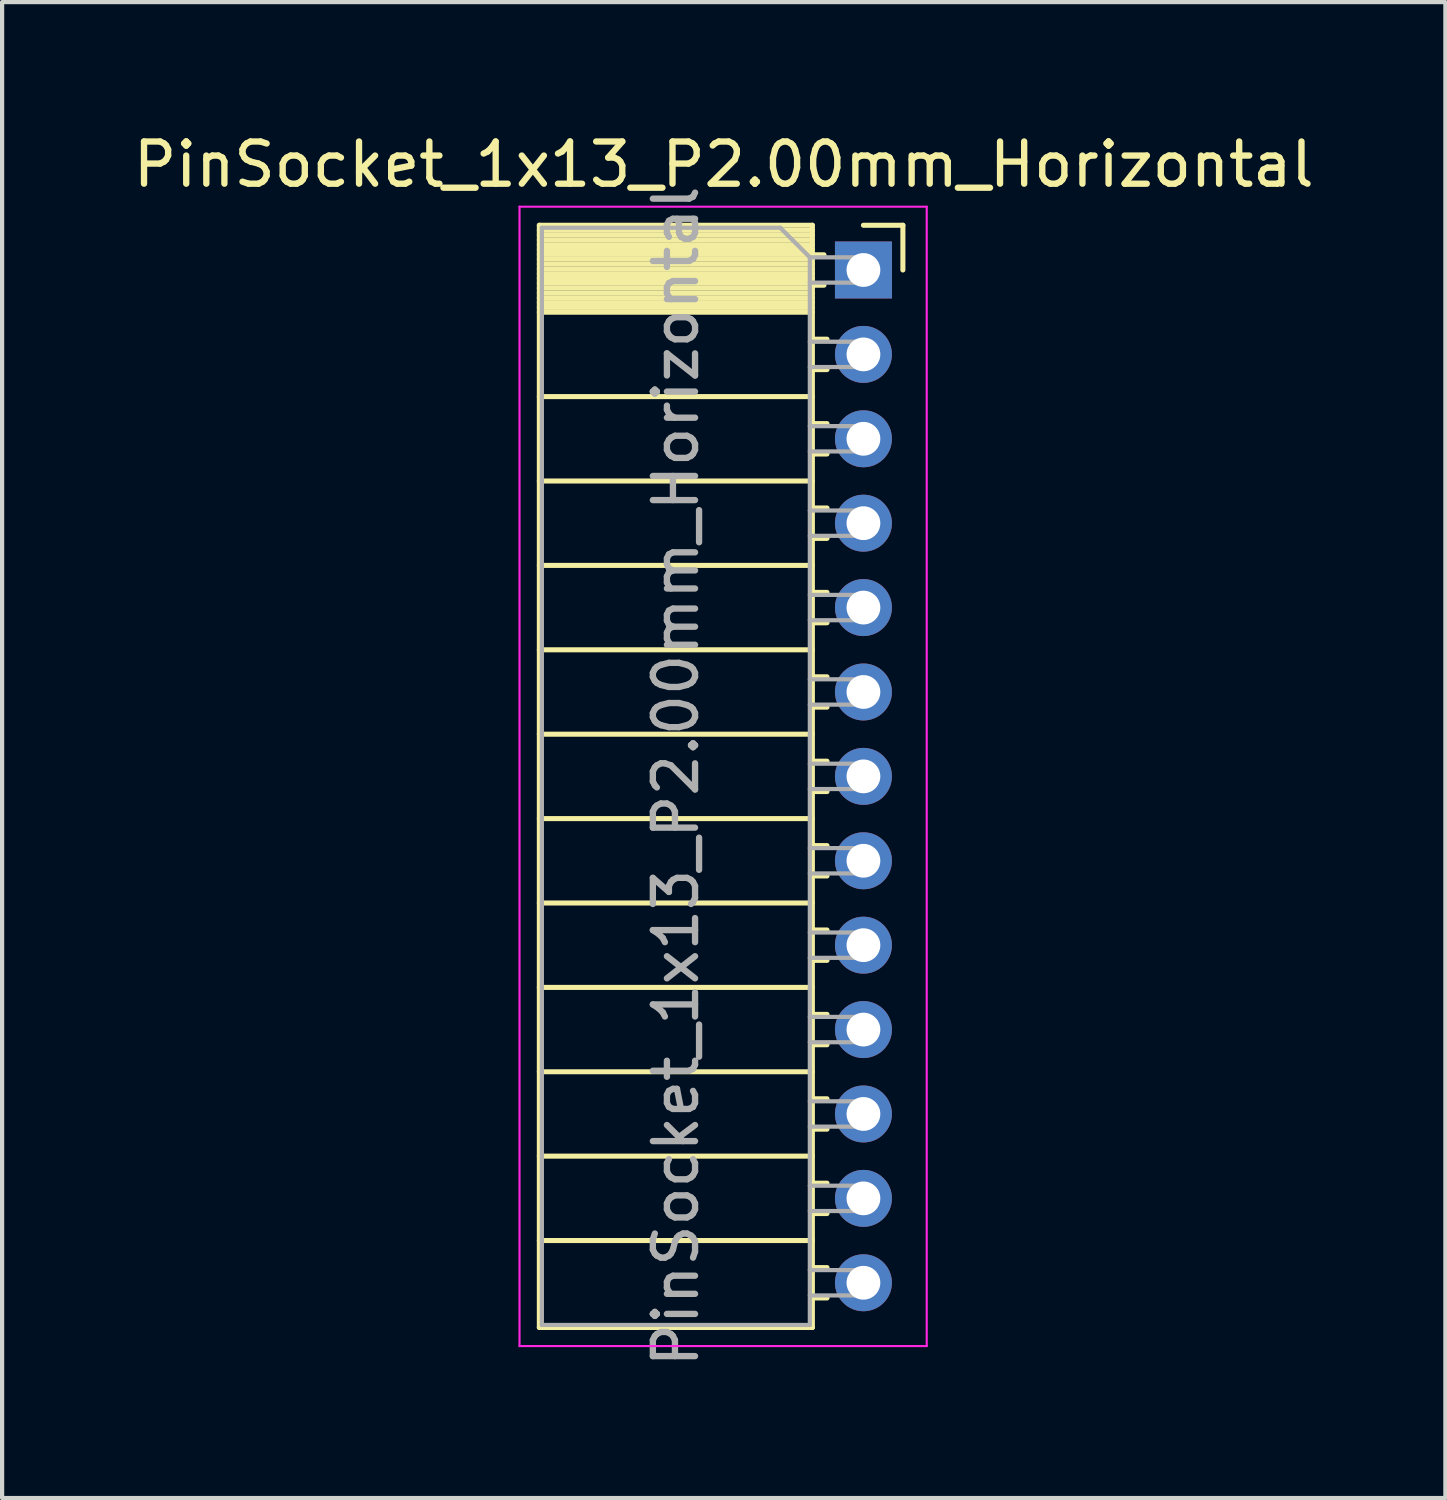
<source format=kicad_pcb>
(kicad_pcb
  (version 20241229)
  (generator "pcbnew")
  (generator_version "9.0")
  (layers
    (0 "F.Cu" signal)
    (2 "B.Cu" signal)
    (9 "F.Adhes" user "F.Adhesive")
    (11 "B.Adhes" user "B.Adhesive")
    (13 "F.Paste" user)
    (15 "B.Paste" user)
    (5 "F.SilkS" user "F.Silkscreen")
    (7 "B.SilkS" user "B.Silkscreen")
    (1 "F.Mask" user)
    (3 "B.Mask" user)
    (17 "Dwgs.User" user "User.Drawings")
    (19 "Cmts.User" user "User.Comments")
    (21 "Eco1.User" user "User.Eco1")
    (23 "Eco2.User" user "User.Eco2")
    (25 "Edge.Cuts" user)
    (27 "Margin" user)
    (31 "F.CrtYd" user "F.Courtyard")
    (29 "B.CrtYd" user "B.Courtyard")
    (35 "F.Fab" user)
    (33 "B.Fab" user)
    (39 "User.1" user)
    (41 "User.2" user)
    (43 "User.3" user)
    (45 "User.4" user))
  (footprint "PinSocket_1x13_P2.00mm_Horizontal"
    (layer "F.Cu")
    (at 17.411 3.348)
    (property "Reference" "PinSocket_1x13_P2.00mm_Horizontal" (at -3.31 -2.5 0) (layer "F.SilkS") (effects (font (size 1 1) (thickness 0.15))))
    (attr through_hole)
    (fp_line (start -7.68 -1.06) (end -7.68 25.06) (stroke (width 0.12) (type solid)) (layer "F.SilkS"))
    (fp_line (start -7.68 -1.06) (end -1.21 -1.06) (stroke (width 0.12) (type solid)) (layer "F.SilkS"))
    (fp_line (start -7.68 -0.94) (end -1.21 -0.94) (stroke (width 0.12) (type solid)) (layer "F.SilkS"))
    (fp_line (start -7.68 -0.826) (end -1.21 -0.826) (stroke (width 0.12) (type solid)) (layer "F.SilkS"))
    (fp_line (start -7.68 -0.712) (end -1.21 -0.712) (stroke (width 0.12) (type solid)) (layer "F.SilkS"))
    (fp_line (start -7.68 -0.598) (end -1.21 -0.598) (stroke (width 0.12) (type solid)) (layer "F.SilkS"))
    (fp_line (start -7.68 -0.484) (end -1.21 -0.484) (stroke (width 0.12) (type solid)) (layer "F.SilkS"))
    (fp_line (start -7.68 -0.369) (end -1.21 -0.369) (stroke (width 0.12) (type solid)) (layer "F.SilkS"))
    (fp_line (start -7.68 -0.255) (end -1.21 -0.255) (stroke (width 0.12) (type solid)) (layer "F.SilkS"))
    (fp_line (start -7.68 -0.141) (end -1.21 -0.141) (stroke (width 0.12) (type solid)) (layer "F.SilkS"))
    (fp_line (start -7.68 -0.027) (end -1.21 -0.027) (stroke (width 0.12) (type solid)) (layer "F.SilkS"))
    (fp_line (start -7.68 0.087) (end -1.21 0.087) (stroke (width 0.12) (type solid)) (layer "F.SilkS"))
    (fp_line (start -7.68 0.201) (end -1.21 0.201) (stroke (width 0.12) (type solid)) (layer "F.SilkS"))
    (fp_line (start -7.68 0.315) (end -1.21 0.315) (stroke (width 0.12) (type solid)) (layer "F.SilkS"))
    (fp_line (start -7.68 0.429) (end -1.21 0.429) (stroke (width 0.12) (type solid)) (layer "F.SilkS"))
    (fp_line (start -7.68 0.544) (end -1.21 0.544) (stroke (width 0.12) (type solid)) (layer "F.SilkS"))
    (fp_line (start -7.68 0.658) (end -1.21 0.658) (stroke (width 0.12) (type solid)) (layer "F.SilkS"))
    (fp_line (start -7.68 0.772) (end -1.21 0.772) (stroke (width 0.12) (type solid)) (layer "F.SilkS"))
    (fp_line (start -7.68 0.886) (end -1.21 0.886) (stroke (width 0.12) (type solid)) (layer "F.SilkS"))
    (fp_line (start -7.68 1) (end -1.21 1) (stroke (width 0.12) (type solid)) (layer "F.SilkS"))
    (fp_line (start -7.68 3) (end -1.21 3) (stroke (width 0.12) (type solid)) (layer "F.SilkS"))
    (fp_line (start -7.68 5) (end -1.21 5) (stroke (width 0.12) (type solid)) (layer "F.SilkS"))
    (fp_line (start -7.68 7) (end -1.21 7) (stroke (width 0.12) (type solid)) (layer "F.SilkS"))
    (fp_line (start -7.68 9) (end -1.21 9) (stroke (width 0.12) (type solid)) (layer "F.SilkS"))
    (fp_line (start -7.68 11) (end -1.21 11) (stroke (width 0.12) (type solid)) (layer "F.SilkS"))
    (fp_line (start -7.68 13) (end -1.21 13) (stroke (width 0.12) (type solid)) (layer "F.SilkS"))
    (fp_line (start -7.68 15) (end -1.21 15) (stroke (width 0.12) (type solid)) (layer "F.SilkS"))
    (fp_line (start -7.68 17) (end -1.21 17) (stroke (width 0.12) (type solid)) (layer "F.SilkS"))
    (fp_line (start -7.68 19) (end -1.21 19) (stroke (width 0.12) (type solid)) (layer "F.SilkS"))
    (fp_line (start -7.68 21) (end -1.21 21) (stroke (width 0.12) (type solid)) (layer "F.SilkS"))
    (fp_line (start -7.68 23) (end -1.21 23) (stroke (width 0.12) (type solid)) (layer "F.SilkS"))
    (fp_line (start -7.68 25.06) (end -1.21 25.06) (stroke (width 0.12) (type solid)) (layer "F.SilkS"))
    (fp_line (start -1.21 -1.06) (end -1.21 25.06) (stroke (width 0.12) (type solid)) (layer "F.SilkS"))
    (fp_line (start -1.21 -0.36) (end -0.935 -0.36) (stroke (width 0.12) (type solid)) (layer "F.SilkS"))
    (fp_line (start -1.21 0.36) (end -0.935 0.36) (stroke (width 0.12) (type solid)) (layer "F.SilkS"))
    (fp_line (start -1.21 1.64) (end -0.863 1.64) (stroke (width 0.12) (type solid)) (layer "F.SilkS"))
    (fp_line (start -1.21 2.36) (end -0.863 2.36) (stroke (width 0.12) (type solid)) (layer "F.SilkS"))
    (fp_line (start -1.21 3.64) (end -0.863 3.64) (stroke (width 0.12) (type solid)) (layer "F.SilkS"))
    (fp_line (start -1.21 4.36) (end -0.863 4.36) (stroke (width 0.12) (type solid)) (layer "F.SilkS"))
    (fp_line (start -1.21 5.64) (end -0.863 5.64) (stroke (width 0.12) (type solid)) (layer "F.SilkS"))
    (fp_line (start -1.21 6.36) (end -0.863 6.36) (stroke (width 0.12) (type solid)) (layer "F.SilkS"))
    (fp_line (start -1.21 7.64) (end -0.863 7.64) (stroke (width 0.12) (type solid)) (layer "F.SilkS"))
    (fp_line (start -1.21 8.36) (end -0.863 8.36) (stroke (width 0.12) (type solid)) (layer "F.SilkS"))
    (fp_line (start -1.21 9.64) (end -0.863 9.64) (stroke (width 0.12) (type solid)) (layer "F.SilkS"))
    (fp_line (start -1.21 10.36) (end -0.863 10.36) (stroke (width 0.12) (type solid)) (layer "F.SilkS"))
    (fp_line (start -1.21 11.64) (end -0.863 11.64) (stroke (width 0.12) (type solid)) (layer "F.SilkS"))
    (fp_line (start -1.21 12.36) (end -0.863 12.36) (stroke (width 0.12) (type solid)) (layer "F.SilkS"))
    (fp_line (start -1.21 13.64) (end -0.863 13.64) (stroke (width 0.12) (type solid)) (layer "F.SilkS"))
    (fp_line (start -1.21 14.36) (end -0.863 14.36) (stroke (width 0.12) (type solid)) (layer "F.SilkS"))
    (fp_line (start -1.21 15.64) (end -0.863 15.64) (stroke (width 0.12) (type solid)) (layer "F.SilkS"))
    (fp_line (start -1.21 16.36) (end -0.863 16.36) (stroke (width 0.12) (type solid)) (layer "F.SilkS"))
    (fp_line (start -1.21 17.64) (end -0.863 17.64) (stroke (width 0.12) (type solid)) (layer "F.SilkS"))
    (fp_line (start -1.21 18.36) (end -0.863 18.36) (stroke (width 0.12) (type solid)) (layer "F.SilkS"))
    (fp_line (start -1.21 19.64) (end -0.863 19.64) (stroke (width 0.12) (type solid)) (layer "F.SilkS"))
    (fp_line (start -1.21 20.36) (end -0.863 20.36) (stroke (width 0.12) (type solid)) (layer "F.SilkS"))
    (fp_line (start -1.21 21.64) (end -0.863 21.64) (stroke (width 0.12) (type solid)) (layer "F.SilkS"))
    (fp_line (start -1.21 22.36) (end -0.863 22.36) (stroke (width 0.12) (type solid)) (layer "F.SilkS"))
    (fp_line (start -1.21 23.64) (end -0.863 23.64) (stroke (width 0.12) (type solid)) (layer "F.SilkS"))
    (fp_line (start -1.21 24.36) (end -0.863 24.36) (stroke (width 0.12) (type solid)) (layer "F.SilkS"))
    (fp_line (start 0 -1.06) (end 0.935 -1.06) (stroke (width 0.12) (type solid)) (layer "F.SilkS"))
    (fp_line (start 0.935 -1.06) (end 0.935 0) (stroke (width 0.12) (type solid)) (layer "F.SilkS"))
    (fp_line (start -8.15 -1.5) (end -8.15 25.5) (stroke (width 0.05) (type solid)) (layer "F.CrtYd"))
    (fp_line (start -8.15 25.5) (end 1.5 25.5) (stroke (width 0.05) (type solid)) (layer "F.CrtYd"))
    (fp_line (start 1.5 -1.5) (end -8.15 -1.5) (stroke (width 0.05) (type solid)) (layer "F.CrtYd"))
    (fp_line (start 1.5 25.5) (end 1.5 -1.5) (stroke (width 0.05) (type solid)) (layer "F.CrtYd"))
    (fp_line (start -7.62 -1) (end -1.97 -1) (stroke (width 0.1) (type solid)) (layer "F.Fab"))
    (fp_line (start -7.62 25) (end -7.62 -1) (stroke (width 0.1) (type solid)) (layer "F.Fab"))
    (fp_line (start -1.97 -1) (end -1.27 -0.3) (stroke (width 0.1) (type solid)) (layer "F.Fab"))
    (fp_line (start -1.27 -0.3) (end -1.27 25) (stroke (width 0.1) (type solid)) (layer "F.Fab"))
    (fp_line (start -1.27 0.3) (end 0 0.3) (stroke (width 0.1) (type solid)) (layer "F.Fab"))
    (fp_line (start -1.27 2.3) (end 0 2.3) (stroke (width 0.1) (type solid)) (layer "F.Fab"))
    (fp_line (start -1.27 4.3) (end 0 4.3) (stroke (width 0.1) (type solid)) (layer "F.Fab"))
    (fp_line (start -1.27 6.3) (end 0 6.3) (stroke (width 0.1) (type solid)) (layer "F.Fab"))
    (fp_line (start -1.27 8.3) (end 0 8.3) (stroke (width 0.1) (type solid)) (layer "F.Fab"))
    (fp_line (start -1.27 10.3) (end 0 10.3) (stroke (width 0.1) (type solid)) (layer "F.Fab"))
    (fp_line (start -1.27 12.3) (end 0 12.3) (stroke (width 0.1) (type solid)) (layer "F.Fab"))
    (fp_line (start -1.27 14.3) (end 0 14.3) (stroke (width 0.1) (type solid)) (layer "F.Fab"))
    (fp_line (start -1.27 16.3) (end 0 16.3) (stroke (width 0.1) (type solid)) (layer "F.Fab"))
    (fp_line (start -1.27 18.3) (end 0 18.3) (stroke (width 0.1) (type solid)) (layer "F.Fab"))
    (fp_line (start -1.27 20.3) (end 0 20.3) (stroke (width 0.1) (type solid)) (layer "F.Fab"))
    (fp_line (start -1.27 22.3) (end 0 22.3) (stroke (width 0.1) (type solid)) (layer "F.Fab"))
    (fp_line (start -1.27 24.3) (end 0 24.3) (stroke (width 0.1) (type solid)) (layer "F.Fab"))
    (fp_line (start -1.27 25) (end -7.62 25) (stroke (width 0.1) (type solid)) (layer "F.Fab"))
    (fp_line (start 0 -0.3) (end -1.27 -0.3) (stroke (width 0.1) (type solid)) (layer "F.Fab"))
    (fp_line (start 0 0.3) (end 0 -0.3) (stroke (width 0.1) (type solid)) (layer "F.Fab"))
    (fp_line (start 0 1.7) (end -1.27 1.7) (stroke (width 0.1) (type solid)) (layer "F.Fab"))
    (fp_line (start 0 2.3) (end 0 1.7) (stroke (width 0.1) (type solid)) (layer "F.Fab"))
    (fp_line (start 0 3.7) (end -1.27 3.7) (stroke (width 0.1) (type solid)) (layer "F.Fab"))
    (fp_line (start 0 4.3) (end 0 3.7) (stroke (width 0.1) (type solid)) (layer "F.Fab"))
    (fp_line (start 0 5.7) (end -1.27 5.7) (stroke (width 0.1) (type solid)) (layer "F.Fab"))
    (fp_line (start 0 6.3) (end 0 5.7) (stroke (width 0.1) (type solid)) (layer "F.Fab"))
    (fp_line (start 0 7.7) (end -1.27 7.7) (stroke (width 0.1) (type solid)) (layer "F.Fab"))
    (fp_line (start 0 8.3) (end 0 7.7) (stroke (width 0.1) (type solid)) (layer "F.Fab"))
    (fp_line (start 0 9.7) (end -1.27 9.7) (stroke (width 0.1) (type solid)) (layer "F.Fab"))
    (fp_line (start 0 10.3) (end 0 9.7) (stroke (width 0.1) (type solid)) (layer "F.Fab"))
    (fp_line (start 0 11.7) (end -1.27 11.7) (stroke (width 0.1) (type solid)) (layer "F.Fab"))
    (fp_line (start 0 12.3) (end 0 11.7) (stroke (width 0.1) (type solid)) (layer "F.Fab"))
    (fp_line (start 0 13.7) (end -1.27 13.7) (stroke (width 0.1) (type solid)) (layer "F.Fab"))
    (fp_line (start 0 14.3) (end 0 13.7) (stroke (width 0.1) (type solid)) (layer "F.Fab"))
    (fp_line (start 0 15.7) (end -1.27 15.7) (stroke (width 0.1) (type solid)) (layer "F.Fab"))
    (fp_line (start 0 16.3) (end 0 15.7) (stroke (width 0.1) (type solid)) (layer "F.Fab"))
    (fp_line (start 0 17.7) (end -1.27 17.7) (stroke (width 0.1) (type solid)) (layer "F.Fab"))
    (fp_line (start 0 18.3) (end 0 17.7) (stroke (width 0.1) (type solid)) (layer "F.Fab"))
    (fp_line (start 0 19.7) (end -1.27 19.7) (stroke (width 0.1) (type solid)) (layer "F.Fab"))
    (fp_line (start 0 20.3) (end 0 19.7) (stroke (width 0.1) (type solid)) (layer "F.Fab"))
    (fp_line (start 0 21.7) (end -1.27 21.7) (stroke (width 0.1) (type solid)) (layer "F.Fab"))
    (fp_line (start 0 22.3) (end 0 21.7) (stroke (width 0.1) (type solid)) (layer "F.Fab"))
    (fp_line (start 0 23.7) (end -1.27 23.7) (stroke (width 0.1) (type solid)) (layer "F.Fab"))
    (fp_line (start 0 24.3) (end 0 23.7) (stroke (width 0.1) (type solid)) (layer "F.Fab"))
    (fp_text user "${REFERENCE}" (at -4.445 12 90) (layer "F.Fab") (effects (font (size 1 1) (thickness 0.15))))
    (pad "1" thru_hole rect (at 0 0) (size 1.35 1.35) (drill 0.8) (layers "*.Cu" "*.Mask"))
    (pad "2" thru_hole oval (at 0 2) (size 1.35 1.35) (drill 0.8) (layers "*.Cu" "*.Mask"))
    (pad "3" thru_hole oval (at 0 4) (size 1.35 1.35) (drill 0.8) (layers "*.Cu" "*.Mask"))
    (pad "4" thru_hole oval (at 0 6) (size 1.35 1.35) (drill 0.8) (layers "*.Cu" "*.Mask"))
    (pad "5" thru_hole oval (at 0 8) (size 1.35 1.35) (drill 0.8) (layers "*.Cu" "*.Mask"))
    (pad "6" thru_hole oval (at 0 10) (size 1.35 1.35) (drill 0.8) (layers "*.Cu" "*.Mask"))
    (pad "7" thru_hole oval (at 0 12) (size 1.35 1.35) (drill 0.8) (layers "*.Cu" "*.Mask"))
    (pad "8" thru_hole oval (at 0 14) (size 1.35 1.35) (drill 0.8) (layers "*.Cu" "*.Mask"))
    (pad "9" thru_hole oval (at 0 16) (size 1.35 1.35) (drill 0.8) (layers "*.Cu" "*.Mask"))
    (pad "10" thru_hole oval (at 0 18) (size 1.35 1.35) (drill 0.8) (layers "*.Cu" "*.Mask"))
    (pad "11" thru_hole oval (at 0 20) (size 1.35 1.35) (drill 0.8) (layers "*.Cu" "*.Mask"))
    (pad "12" thru_hole oval (at 0 22) (size 1.35 1.35) (drill 0.8) (layers "*.Cu" "*.Mask"))
    (pad "13" thru_hole oval (at 0 24) (size 1.35 1.35) (drill 0.8) (layers "*.Cu" "*.Mask")))
  (gr_rect
    (start -3 -3)
    (end 31.202 32.449)
    (stroke (width 0.1) (type default))
    (fill no)
    (layer "Edge.Cuts")))
</source>
